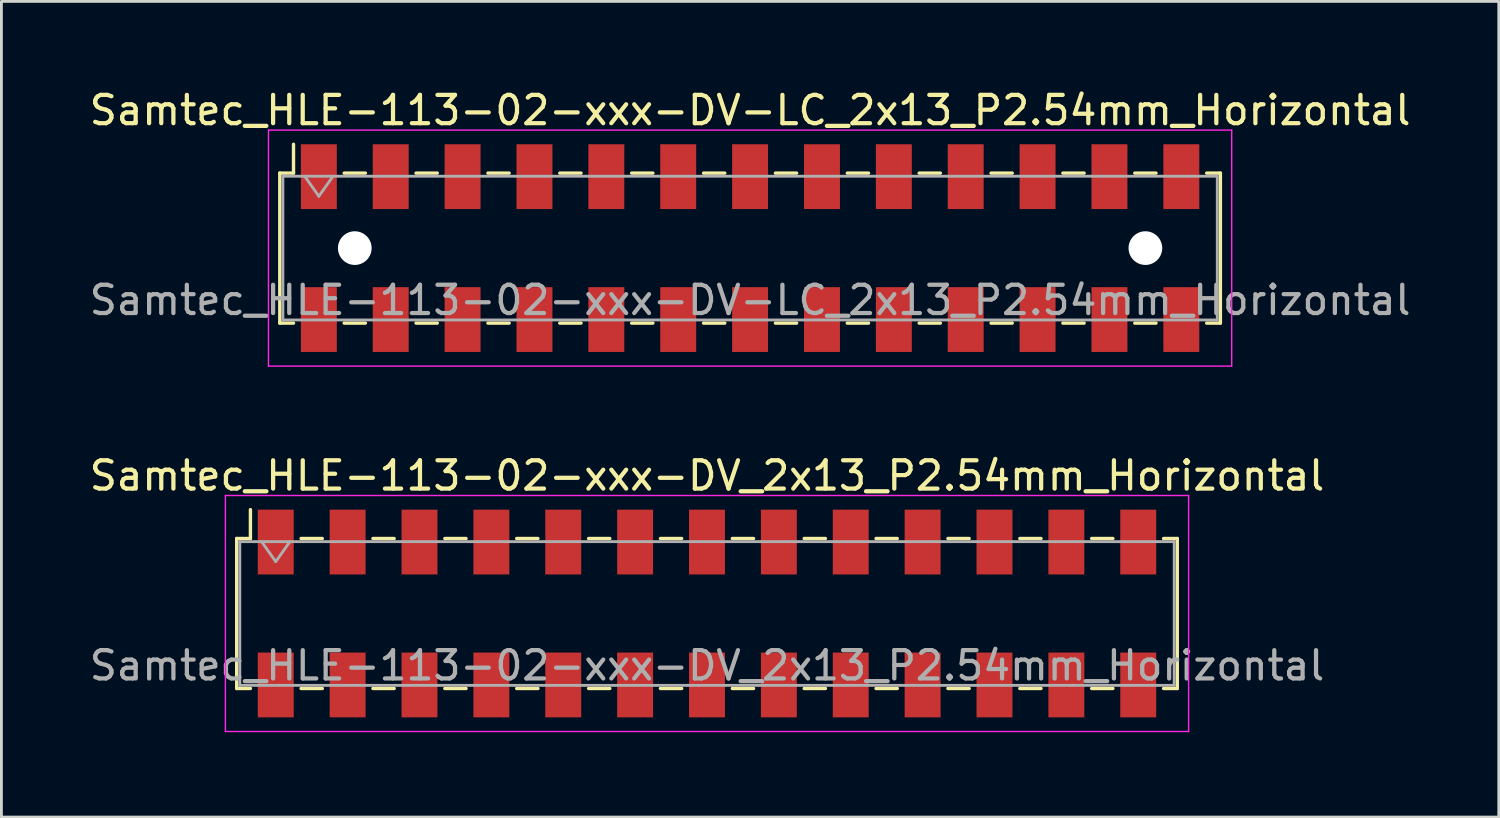
<source format=kicad_pcb>
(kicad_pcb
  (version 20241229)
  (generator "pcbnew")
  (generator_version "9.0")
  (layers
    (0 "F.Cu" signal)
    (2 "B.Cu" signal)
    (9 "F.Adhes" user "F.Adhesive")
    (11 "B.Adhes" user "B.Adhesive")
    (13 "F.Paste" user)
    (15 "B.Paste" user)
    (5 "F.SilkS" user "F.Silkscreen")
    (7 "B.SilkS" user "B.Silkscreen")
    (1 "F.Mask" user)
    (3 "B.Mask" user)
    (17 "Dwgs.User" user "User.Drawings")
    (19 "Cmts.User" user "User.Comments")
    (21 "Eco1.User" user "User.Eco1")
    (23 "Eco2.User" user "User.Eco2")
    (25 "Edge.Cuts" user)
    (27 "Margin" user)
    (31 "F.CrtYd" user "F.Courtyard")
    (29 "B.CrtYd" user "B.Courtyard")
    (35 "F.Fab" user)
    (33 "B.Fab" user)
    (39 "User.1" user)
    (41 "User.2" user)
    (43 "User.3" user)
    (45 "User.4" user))
  (footprint "Samtec_HLE-113-02-xxx-DV-LC_2x13_P2.54mm_Horizontal"
    (layer "F.Cu")
    (at 23.458 5.718)
    (property "Reference" "Samtec_HLE-113-02-xxx-DV-LC_2x13_P2.54mm_Horizontal" (at 0 -4.87 0) (layer "F.SilkS") (effects (font (size 1 1) (thickness 0.15))))
    (attr smd)
    (fp_line (start -16.62 -2.65) (end -16.62 2.65) (stroke (width 0.12) (type solid)) (layer "F.SilkS"))
    (fp_line (start -16.62 2.65) (end -16.135 2.65) (stroke (width 0.12) (type solid)) (layer "F.SilkS"))
    (fp_line (start -16.135 -3.67) (end -16.135 -2.65) (stroke (width 0.12) (type solid)) (layer "F.SilkS"))
    (fp_line (start -16.135 -2.65) (end -16.62 -2.65) (stroke (width 0.12) (type solid)) (layer "F.SilkS"))
    (fp_line (start -14.345 -2.65) (end -13.595 -2.65) (stroke (width 0.12) (type solid)) (layer "F.SilkS"))
    (fp_line (start -14.345 2.65) (end -13.595 2.65) (stroke (width 0.12) (type solid)) (layer "F.SilkS"))
    (fp_line (start -11.805 -2.65) (end -11.055 -2.65) (stroke (width 0.12) (type solid)) (layer "F.SilkS"))
    (fp_line (start -11.805 2.65) (end -11.055 2.65) (stroke (width 0.12) (type solid)) (layer "F.SilkS"))
    (fp_line (start -9.265 -2.65) (end -8.515 -2.65) (stroke (width 0.12) (type solid)) (layer "F.SilkS"))
    (fp_line (start -9.265 2.65) (end -8.515 2.65) (stroke (width 0.12) (type solid)) (layer "F.SilkS"))
    (fp_line (start -6.725 -2.65) (end -5.975 -2.65) (stroke (width 0.12) (type solid)) (layer "F.SilkS"))
    (fp_line (start -6.725 2.65) (end -5.975 2.65) (stroke (width 0.12) (type solid)) (layer "F.SilkS"))
    (fp_line (start -4.185 -2.65) (end -3.435 -2.65) (stroke (width 0.12) (type solid)) (layer "F.SilkS"))
    (fp_line (start -4.185 2.65) (end -3.435 2.65) (stroke (width 0.12) (type solid)) (layer "F.SilkS"))
    (fp_line (start -1.645 -2.65) (end -0.895 -2.65) (stroke (width 0.12) (type solid)) (layer "F.SilkS"))
    (fp_line (start -1.645 2.65) (end -0.895 2.65) (stroke (width 0.12) (type solid)) (layer "F.SilkS"))
    (fp_line (start 0.895 -2.65) (end 1.645 -2.65) (stroke (width 0.12) (type solid)) (layer "F.SilkS"))
    (fp_line (start 0.895 2.65) (end 1.645 2.65) (stroke (width 0.12) (type solid)) (layer "F.SilkS"))
    (fp_line (start 3.435 -2.65) (end 4.185 -2.65) (stroke (width 0.12) (type solid)) (layer "F.SilkS"))
    (fp_line (start 3.435 2.65) (end 4.185 2.65) (stroke (width 0.12) (type solid)) (layer "F.SilkS"))
    (fp_line (start 5.975 -2.65) (end 6.725 -2.65) (stroke (width 0.12) (type solid)) (layer "F.SilkS"))
    (fp_line (start 5.975 2.65) (end 6.725 2.65) (stroke (width 0.12) (type solid)) (layer "F.SilkS"))
    (fp_line (start 8.515 -2.65) (end 9.265 -2.65) (stroke (width 0.12) (type solid)) (layer "F.SilkS"))
    (fp_line (start 8.515 2.65) (end 9.265 2.65) (stroke (width 0.12) (type solid)) (layer "F.SilkS"))
    (fp_line (start 11.055 -2.65) (end 11.805 -2.65) (stroke (width 0.12) (type solid)) (layer "F.SilkS"))
    (fp_line (start 11.055 2.65) (end 11.805 2.65) (stroke (width 0.12) (type solid)) (layer "F.SilkS"))
    (fp_line (start 13.595 -2.65) (end 14.345 -2.65) (stroke (width 0.12) (type solid)) (layer "F.SilkS"))
    (fp_line (start 13.595 2.65) (end 14.345 2.65) (stroke (width 0.12) (type solid)) (layer "F.SilkS"))
    (fp_line (start 16.135 -2.65) (end 16.62 -2.65) (stroke (width 0.12) (type solid)) (layer "F.SilkS"))
    (fp_line (start 16.62 -2.65) (end 16.62 2.65) (stroke (width 0.12) (type solid)) (layer "F.SilkS"))
    (fp_line (start 16.62 2.65) (end 16.135 2.65) (stroke (width 0.12) (type solid)) (layer "F.SilkS"))
    (fp_line (start -17.02 -4.17) (end 17.02 -4.17) (stroke (width 0.05) (type solid)) (layer "F.CrtYd"))
    (fp_line (start -17.02 4.17) (end -17.02 -4.17) (stroke (width 0.05) (type solid)) (layer "F.CrtYd"))
    (fp_line (start 17.02 -4.17) (end 17.02 4.17) (stroke (width 0.05) (type solid)) (layer "F.CrtYd"))
    (fp_line (start 17.02 4.17) (end -17.02 4.17) (stroke (width 0.05) (type solid)) (layer "F.CrtYd"))
    (fp_line (start -16.51 -2.54) (end 16.51 -2.54) (stroke (width 0.1) (type solid)) (layer "F.Fab"))
    (fp_line (start -16.51 2.54) (end -16.51 -2.54) (stroke (width 0.1) (type solid)) (layer "F.Fab"))
    (fp_line (start -15.74 -2.54) (end -15.24 -1.833) (stroke (width 0.1) (type solid)) (layer "F.Fab"))
    (fp_line (start -15.24 -1.833) (end -14.74 -2.54) (stroke (width 0.1) (type solid)) (layer "F.Fab"))
    (fp_line (start 16.51 -2.54) (end 16.51 2.54) (stroke (width 0.1) (type solid)) (layer "F.Fab"))
    (fp_line (start 16.51 2.54) (end -16.51 2.54) (stroke (width 0.1) (type solid)) (layer "F.Fab"))
    (fp_text user "${REFERENCE}" (at 0 1.84 0) (layer "F.Fab") (effects (font (size 1 1) (thickness 0.15))))
    (pad "" np_thru_hole circle (at -13.97 0) (size 1.19 1.19) (drill 1.19) (layers "*.Cu" "*.Mask"))
    (pad "" np_thru_hole circle (at 13.97 0) (size 1.19 1.19) (drill 1.19) (layers "*.Cu" "*.Mask"))
    (pad "1" smd rect (at -15.24 -2.525) (size 1.27 2.29) (layers "F.Cu" "F.Mask" "F.Paste"))
    (pad "2" smd rect (at -15.24 2.525) (size 1.27 2.29) (layers "F.Cu" "F.Mask" "F.Paste"))
    (pad "3" smd rect (at -12.7 -2.525) (size 1.27 2.29) (layers "F.Cu" "F.Mask" "F.Paste"))
    (pad "4" smd rect (at -12.7 2.525) (size 1.27 2.29) (layers "F.Cu" "F.Mask" "F.Paste"))
    (pad "5" smd rect (at -10.16 -2.525) (size 1.27 2.29) (layers "F.Cu" "F.Mask" "F.Paste"))
    (pad "6" smd rect (at -10.16 2.525) (size 1.27 2.29) (layers "F.Cu" "F.Mask" "F.Paste"))
    (pad "7" smd rect (at -7.62 -2.525) (size 1.27 2.29) (layers "F.Cu" "F.Mask" "F.Paste"))
    (pad "8" smd rect (at -7.62 2.525) (size 1.27 2.29) (layers "F.Cu" "F.Mask" "F.Paste"))
    (pad "9" smd rect (at -5.08 -2.525) (size 1.27 2.29) (layers "F.Cu" "F.Mask" "F.Paste"))
    (pad "10" smd rect (at -5.08 2.525) (size 1.27 2.29) (layers "F.Cu" "F.Mask" "F.Paste"))
    (pad "11" smd rect (at -2.54 -2.525) (size 1.27 2.29) (layers "F.Cu" "F.Mask" "F.Paste"))
    (pad "12" smd rect (at -2.54 2.525) (size 1.27 2.29) (layers "F.Cu" "F.Mask" "F.Paste"))
    (pad "13" smd rect (at 0 -2.525) (size 1.27 2.29) (layers "F.Cu" "F.Mask" "F.Paste"))
    (pad "14" smd rect (at 0 2.525) (size 1.27 2.29) (layers "F.Cu" "F.Mask" "F.Paste"))
    (pad "15" smd rect (at 2.54 -2.525) (size 1.27 2.29) (layers "F.Cu" "F.Mask" "F.Paste"))
    (pad "16" smd rect (at 2.54 2.525) (size 1.27 2.29) (layers "F.Cu" "F.Mask" "F.Paste"))
    (pad "17" smd rect (at 5.08 -2.525) (size 1.27 2.29) (layers "F.Cu" "F.Mask" "F.Paste"))
    (pad "18" smd rect (at 5.08 2.525) (size 1.27 2.29) (layers "F.Cu" "F.Mask" "F.Paste"))
    (pad "19" smd rect (at 7.62 -2.525) (size 1.27 2.29) (layers "F.Cu" "F.Mask" "F.Paste"))
    (pad "20" smd rect (at 7.62 2.525) (size 1.27 2.29) (layers "F.Cu" "F.Mask" "F.Paste"))
    (pad "21" smd rect (at 10.16 -2.525) (size 1.27 2.29) (layers "F.Cu" "F.Mask" "F.Paste"))
    (pad "22" smd rect (at 10.16 2.525) (size 1.27 2.29) (layers "F.Cu" "F.Mask" "F.Paste"))
    (pad "23" smd rect (at 12.7 -2.525) (size 1.27 2.29) (layers "F.Cu" "F.Mask" "F.Paste"))
    (pad "24" smd rect (at 12.7 2.525) (size 1.27 2.29) (layers "F.Cu" "F.Mask" "F.Paste"))
    (pad "25" smd rect (at 15.24 -2.525) (size 1.27 2.29) (layers "F.Cu" "F.Mask" "F.Paste"))
    (pad "26" smd rect (at 15.24 2.525) (size 1.27 2.29) (layers "F.Cu" "F.Mask" "F.Paste")))
  (footprint "Samtec_HLE-113-02-xxx-DV_2x13_P2.54mm_Horizontal"
    (layer "F.Cu")
    (at 21.935 18.631)
    (property "Reference" "Samtec_HLE-113-02-xxx-DV_2x13_P2.54mm_Horizontal" (at 0 -4.87 0) (layer "F.SilkS") (effects (font (size 1 1) (thickness 0.15))))
    (attr smd)
    (fp_line (start -16.62 -2.65) (end -16.62 2.65) (stroke (width 0.12) (type solid)) (layer "F.SilkS"))
    (fp_line (start -16.62 2.65) (end -16.135 2.65) (stroke (width 0.12) (type solid)) (layer "F.SilkS"))
    (fp_line (start -16.135 -3.67) (end -16.135 -2.65) (stroke (width 0.12) (type solid)) (layer "F.SilkS"))
    (fp_line (start -16.135 -2.65) (end -16.62 -2.65) (stroke (width 0.12) (type solid)) (layer "F.SilkS"))
    (fp_line (start -14.345 -2.65) (end -13.595 -2.65) (stroke (width 0.12) (type solid)) (layer "F.SilkS"))
    (fp_line (start -14.345 2.65) (end -13.595 2.65) (stroke (width 0.12) (type solid)) (layer "F.SilkS"))
    (fp_line (start -11.805 -2.65) (end -11.055 -2.65) (stroke (width 0.12) (type solid)) (layer "F.SilkS"))
    (fp_line (start -11.805 2.65) (end -11.055 2.65) (stroke (width 0.12) (type solid)) (layer "F.SilkS"))
    (fp_line (start -9.265 -2.65) (end -8.515 -2.65) (stroke (width 0.12) (type solid)) (layer "F.SilkS"))
    (fp_line (start -9.265 2.65) (end -8.515 2.65) (stroke (width 0.12) (type solid)) (layer "F.SilkS"))
    (fp_line (start -6.725 -2.65) (end -5.975 -2.65) (stroke (width 0.12) (type solid)) (layer "F.SilkS"))
    (fp_line (start -6.725 2.65) (end -5.975 2.65) (stroke (width 0.12) (type solid)) (layer "F.SilkS"))
    (fp_line (start -4.185 -2.65) (end -3.435 -2.65) (stroke (width 0.12) (type solid)) (layer "F.SilkS"))
    (fp_line (start -4.185 2.65) (end -3.435 2.65) (stroke (width 0.12) (type solid)) (layer "F.SilkS"))
    (fp_line (start -1.645 -2.65) (end -0.895 -2.65) (stroke (width 0.12) (type solid)) (layer "F.SilkS"))
    (fp_line (start -1.645 2.65) (end -0.895 2.65) (stroke (width 0.12) (type solid)) (layer "F.SilkS"))
    (fp_line (start 0.895 -2.65) (end 1.645 -2.65) (stroke (width 0.12) (type solid)) (layer "F.SilkS"))
    (fp_line (start 0.895 2.65) (end 1.645 2.65) (stroke (width 0.12) (type solid)) (layer "F.SilkS"))
    (fp_line (start 3.435 -2.65) (end 4.185 -2.65) (stroke (width 0.12) (type solid)) (layer "F.SilkS"))
    (fp_line (start 3.435 2.65) (end 4.185 2.65) (stroke (width 0.12) (type solid)) (layer "F.SilkS"))
    (fp_line (start 5.975 -2.65) (end 6.725 -2.65) (stroke (width 0.12) (type solid)) (layer "F.SilkS"))
    (fp_line (start 5.975 2.65) (end 6.725 2.65) (stroke (width 0.12) (type solid)) (layer "F.SilkS"))
    (fp_line (start 8.515 -2.65) (end 9.265 -2.65) (stroke (width 0.12) (type solid)) (layer "F.SilkS"))
    (fp_line (start 8.515 2.65) (end 9.265 2.65) (stroke (width 0.12) (type solid)) (layer "F.SilkS"))
    (fp_line (start 11.055 -2.65) (end 11.805 -2.65) (stroke (width 0.12) (type solid)) (layer "F.SilkS"))
    (fp_line (start 11.055 2.65) (end 11.805 2.65) (stroke (width 0.12) (type solid)) (layer "F.SilkS"))
    (fp_line (start 13.595 -2.65) (end 14.345 -2.65) (stroke (width 0.12) (type solid)) (layer "F.SilkS"))
    (fp_line (start 13.595 2.65) (end 14.345 2.65) (stroke (width 0.12) (type solid)) (layer "F.SilkS"))
    (fp_line (start 16.135 -2.65) (end 16.62 -2.65) (stroke (width 0.12) (type solid)) (layer "F.SilkS"))
    (fp_line (start 16.62 -2.65) (end 16.62 2.65) (stroke (width 0.12) (type solid)) (layer "F.SilkS"))
    (fp_line (start 16.62 2.65) (end 16.135 2.65) (stroke (width 0.12) (type solid)) (layer "F.SilkS"))
    (fp_line (start -17.02 -4.17) (end 17.02 -4.17) (stroke (width 0.05) (type solid)) (layer "F.CrtYd"))
    (fp_line (start -17.02 4.17) (end -17.02 -4.17) (stroke (width 0.05) (type solid)) (layer "F.CrtYd"))
    (fp_line (start 17.02 -4.17) (end 17.02 4.17) (stroke (width 0.05) (type solid)) (layer "F.CrtYd"))
    (fp_line (start 17.02 4.17) (end -17.02 4.17) (stroke (width 0.05) (type solid)) (layer "F.CrtYd"))
    (fp_line (start -16.51 -2.54) (end 16.51 -2.54) (stroke (width 0.1) (type solid)) (layer "F.Fab"))
    (fp_line (start -16.51 2.54) (end -16.51 -2.54) (stroke (width 0.1) (type solid)) (layer "F.Fab"))
    (fp_line (start -15.74 -2.54) (end -15.24 -1.833) (stroke (width 0.1) (type solid)) (layer "F.Fab"))
    (fp_line (start -15.24 -1.833) (end -14.74 -2.54) (stroke (width 0.1) (type solid)) (layer "F.Fab"))
    (fp_line (start 16.51 -2.54) (end 16.51 2.54) (stroke (width 0.1) (type solid)) (layer "F.Fab"))
    (fp_line (start 16.51 2.54) (end -16.51 2.54) (stroke (width 0.1) (type solid)) (layer "F.Fab"))
    (fp_text user "${REFERENCE}" (at 0 1.84 0) (layer "F.Fab") (effects (font (size 1 1) (thickness 0.15))))
    (pad "1" smd rect (at -15.24 -2.525) (size 1.27 2.29) (layers "F.Cu" "F.Mask" "F.Paste"))
    (pad "2" smd rect (at -15.24 2.525) (size 1.27 2.29) (layers "F.Cu" "F.Mask" "F.Paste"))
    (pad "3" smd rect (at -12.7 -2.525) (size 1.27 2.29) (layers "F.Cu" "F.Mask" "F.Paste"))
    (pad "4" smd rect (at -12.7 2.525) (size 1.27 2.29) (layers "F.Cu" "F.Mask" "F.Paste"))
    (pad "5" smd rect (at -10.16 -2.525) (size 1.27 2.29) (layers "F.Cu" "F.Mask" "F.Paste"))
    (pad "6" smd rect (at -10.16 2.525) (size 1.27 2.29) (layers "F.Cu" "F.Mask" "F.Paste"))
    (pad "7" smd rect (at -7.62 -2.525) (size 1.27 2.29) (layers "F.Cu" "F.Mask" "F.Paste"))
    (pad "8" smd rect (at -7.62 2.525) (size 1.27 2.29) (layers "F.Cu" "F.Mask" "F.Paste"))
    (pad "9" smd rect (at -5.08 -2.525) (size 1.27 2.29) (layers "F.Cu" "F.Mask" "F.Paste"))
    (pad "10" smd rect (at -5.08 2.525) (size 1.27 2.29) (layers "F.Cu" "F.Mask" "F.Paste"))
    (pad "11" smd rect (at -2.54 -2.525) (size 1.27 2.29) (layers "F.Cu" "F.Mask" "F.Paste"))
    (pad "12" smd rect (at -2.54 2.525) (size 1.27 2.29) (layers "F.Cu" "F.Mask" "F.Paste"))
    (pad "13" smd rect (at 0 -2.525) (size 1.27 2.29) (layers "F.Cu" "F.Mask" "F.Paste"))
    (pad "14" smd rect (at 0 2.525) (size 1.27 2.29) (layers "F.Cu" "F.Mask" "F.Paste"))
    (pad "15" smd rect (at 2.54 -2.525) (size 1.27 2.29) (layers "F.Cu" "F.Mask" "F.Paste"))
    (pad "16" smd rect (at 2.54 2.525) (size 1.27 2.29) (layers "F.Cu" "F.Mask" "F.Paste"))
    (pad "17" smd rect (at 5.08 -2.525) (size 1.27 2.29) (layers "F.Cu" "F.Mask" "F.Paste"))
    (pad "18" smd rect (at 5.08 2.525) (size 1.27 2.29) (layers "F.Cu" "F.Mask" "F.Paste"))
    (pad "19" smd rect (at 7.62 -2.525) (size 1.27 2.29) (layers "F.Cu" "F.Mask" "F.Paste"))
    (pad "20" smd rect (at 7.62 2.525) (size 1.27 2.29) (layers "F.Cu" "F.Mask" "F.Paste"))
    (pad "21" smd rect (at 10.16 -2.525) (size 1.27 2.29) (layers "F.Cu" "F.Mask" "F.Paste"))
    (pad "22" smd rect (at 10.16 2.525) (size 1.27 2.29) (layers "F.Cu" "F.Mask" "F.Paste"))
    (pad "23" smd rect (at 12.7 -2.525) (size 1.27 2.29) (layers "F.Cu" "F.Mask" "F.Paste"))
    (pad "24" smd rect (at 12.7 2.525) (size 1.27 2.29) (layers "F.Cu" "F.Mask" "F.Paste"))
    (pad "25" smd rect (at 15.24 -2.525) (size 1.27 2.29) (layers "F.Cu" "F.Mask" "F.Paste"))
    (pad "26" smd rect (at 15.24 2.525) (size 1.27 2.29) (layers "F.Cu" "F.Mask" "F.Paste")))
  (gr_rect
    (start -3 -3)
    (end 49.917 25.826)
    (stroke (width 0.1) (type default))
    (fill no)
    (layer "Edge.Cuts")))
</source>
